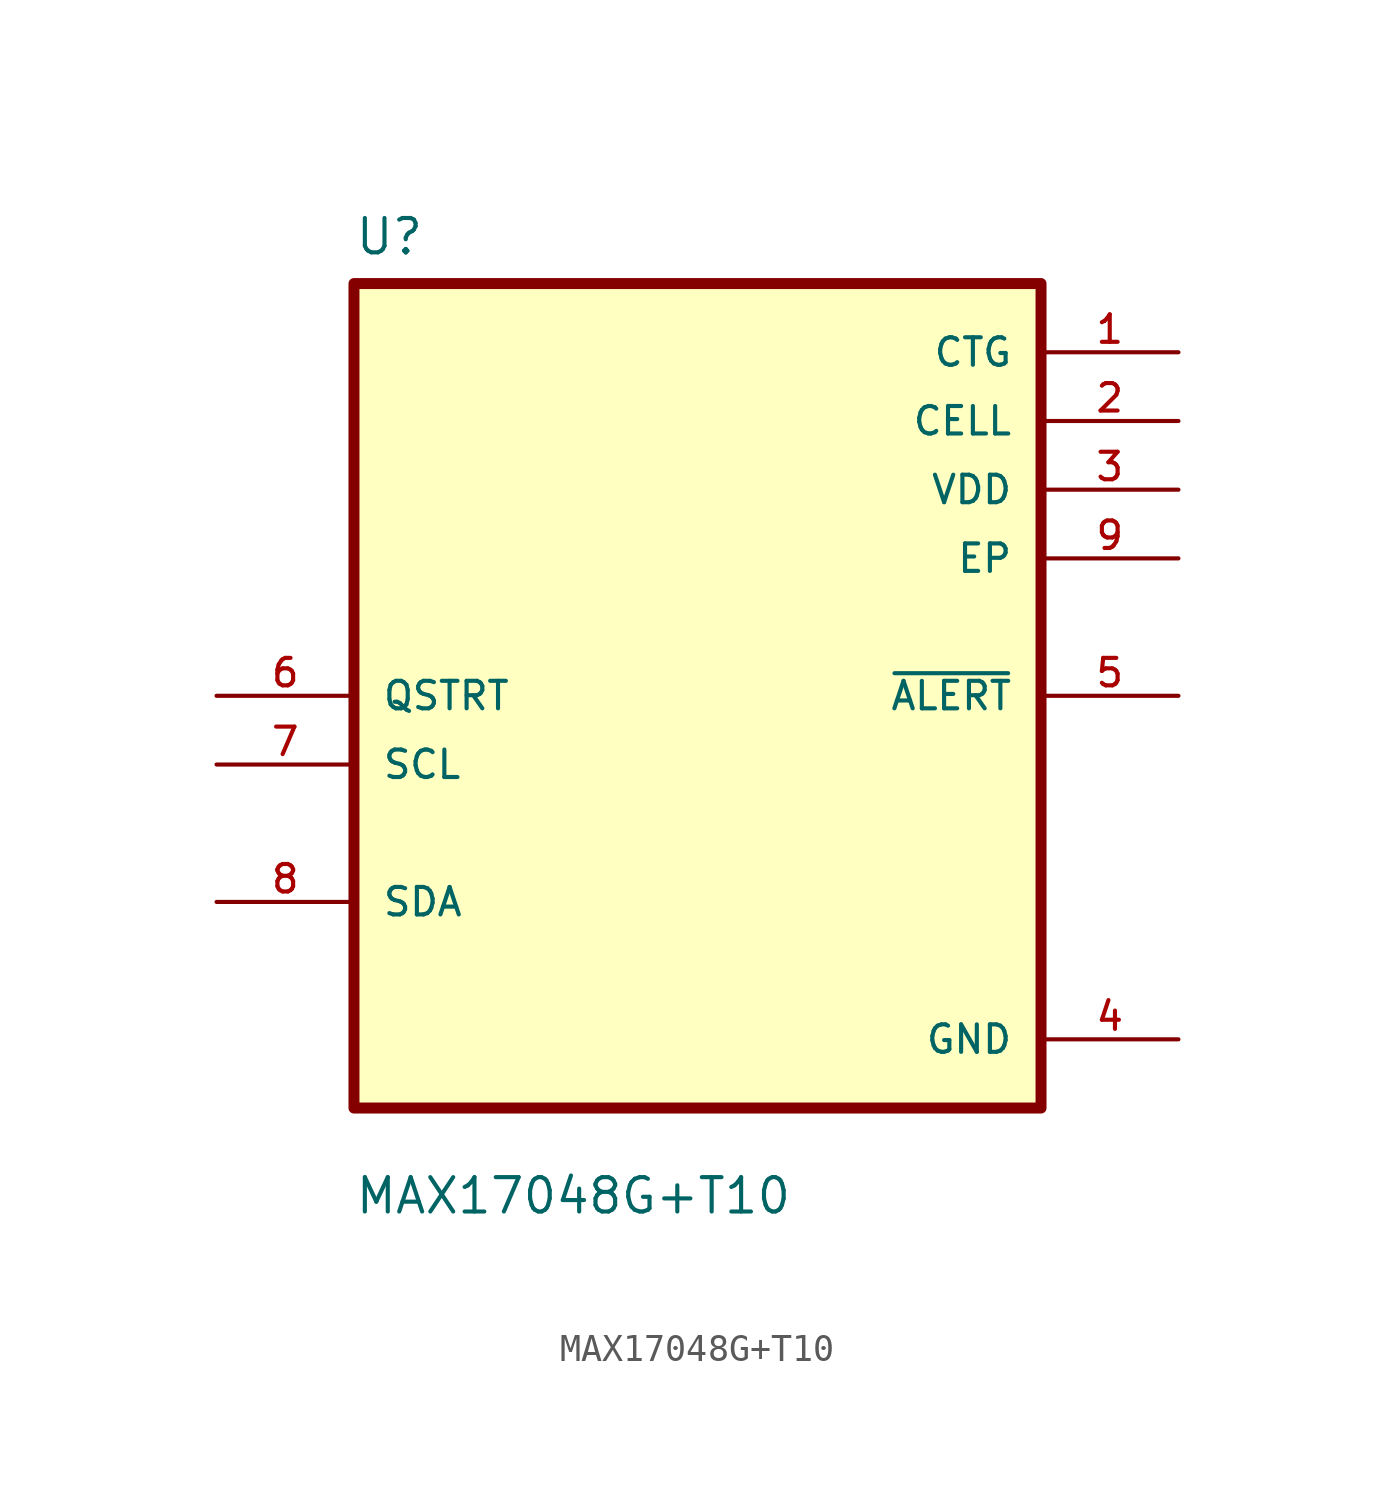
<source format=kicad_sym>
(kicad_symbol_lib
  (version 20211014)
  (generator kicad_symbol_editor)
  (symbol "MAX17048G+T10"
    (pin_names
      (offset 1.016))
    (property "Reference" "U"
      (at -12.7 16.231 0)
      (effects (font (size 1.27 1.27)) (justify left bottom)))
    (property "Value" "MAX17048G+T10"
      (at -12.7 -19.228 0)
      (effects (font (size 1.27 1.27)) (justify left bottom)))
    (property "ki_locked" ""
      (at 0 0 0)
      (effects (font (size 1.27 1.27))))
    (symbol "MAX17048G+T10_0_0"
      (rectangle (start -12.7 -15.24) (end 12.7 15.24) (stroke (width 0.406) (type default) (color 0 0 0 0)) (fill (type background)))
      (pin power_in line (at 17.78 12.7 180) (length 5.08) (name "CTG" (effects (font (size 1.016 1.016)))) (number "1" (effects (font (size 1.016 1.016)))))
      (pin power_in line (at 17.78 10.16 180) (length 5.08) (name "CELL" (effects (font (size 1.016 1.016)))) (number "2" (effects (font (size 1.016 1.016)))))
      (pin power_in line (at 17.78 7.62 180) (length 5.08) (name "VDD" (effects (font (size 1.016 1.016)))) (number "3" (effects (font (size 1.016 1.016)))))
      (pin power_in line (at 17.78 -12.7 180) (length 5.08) (name "GND" (effects (font (size 1.016 1.016)))) (number "4" (effects (font (size 1.016 1.016)))))
      (pin output line (at 17.78 0 180) (length 5.08) (name "~{ALERT}" (effects (font (size 1.016 1.016)))) (number "5" (effects (font (size 1.016 1.016)))))
      (pin input line (at -17.78 0 0) (length 5.08) (name "QSTRT" (effects (font (size 1.016 1.016)))) (number "6" (effects (font (size 1.016 1.016)))))
      (pin input line (at -17.78 -2.54 0) (length 5.08) (name "SCL" (effects (font (size 1.016 1.016)))) (number "7" (effects (font (size 1.016 1.016)))))
      (pin bidirectional line (at -17.78 -7.62 0) (length 5.08) (name "SDA" (effects (font (size 1.016 1.016)))) (number "8" (effects (font (size 1.016 1.016)))))
      (pin power_in line (at 17.78 5.08 180) (length 5.08) (name "EP" (effects (font (size 1.016 1.016)))) (number "9" (effects (font (size 1.016 1.016))))))))
</source>
